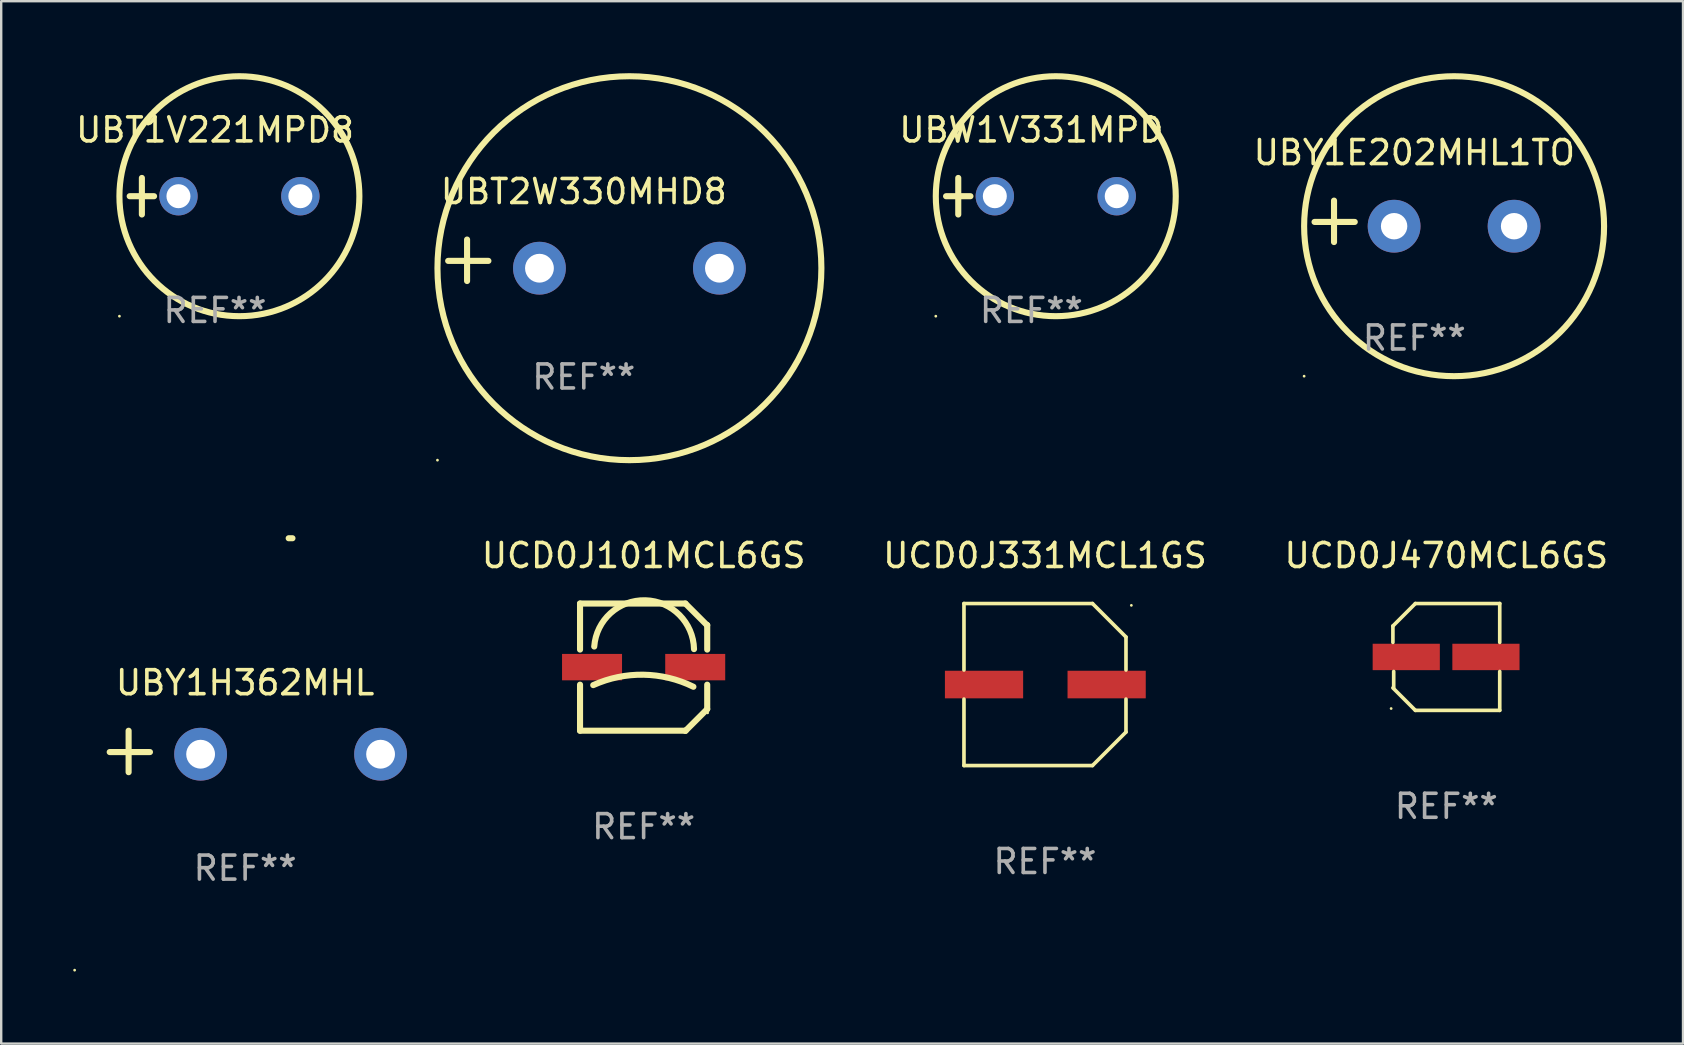
<source format=kicad_pcb>
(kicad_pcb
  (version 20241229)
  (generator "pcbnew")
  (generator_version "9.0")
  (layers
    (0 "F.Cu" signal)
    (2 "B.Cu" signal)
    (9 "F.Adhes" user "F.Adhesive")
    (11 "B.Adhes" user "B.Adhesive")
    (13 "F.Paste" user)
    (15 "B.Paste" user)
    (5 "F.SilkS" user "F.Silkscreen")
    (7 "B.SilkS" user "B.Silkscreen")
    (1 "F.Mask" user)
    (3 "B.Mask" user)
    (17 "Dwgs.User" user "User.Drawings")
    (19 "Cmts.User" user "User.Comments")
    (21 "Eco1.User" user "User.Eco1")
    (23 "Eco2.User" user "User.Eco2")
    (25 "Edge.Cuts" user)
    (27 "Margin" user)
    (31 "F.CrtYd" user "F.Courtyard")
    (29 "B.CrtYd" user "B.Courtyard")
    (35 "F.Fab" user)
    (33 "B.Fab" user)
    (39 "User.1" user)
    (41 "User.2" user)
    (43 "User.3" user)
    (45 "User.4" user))
  (footprint "UBT1V221MPD8"
    (layer "F.Cu")
    (at 5.911 5.127)
    (property "Reference" "UBT1V221MPD8" (at 0 -2.762 0) (layer "F.SilkS") (effects (font (size 1 1) (thickness 0.15))))
    (attr through_hole)
    (fp_line (start -3.556 0) (end -2.54 0) (stroke (width 0.254) (type solid)) (layer "F.SilkS"))
    (fp_line (start -3.048 -0.762) (end -3.048 0.762) (stroke (width 0.254) (type solid)) (layer "F.SilkS"))
    (fp_circle (center -3.984 5) (end -3.954 5) (stroke (width 0.06) (type solid)) (fill no) (layer "F.SilkS"))
    (fp_circle (center 1.016 0) (end 6.016 0) (stroke (width 0.254) (type solid)) (fill no) (layer "F.SilkS"))
    (fp_text user "REF**" (at 0 4.762 0) (layer "F.Fab") (effects (font (size 1 1) (thickness 0.15))))
    (pad "1" thru_hole circle (at -1.524 0) (size 1.6 1.6) (drill 1) (layers "*.Cu" "*.Mask"))
    (pad "2" thru_hole circle (at 3.556 0) (size 1.6 1.6) (drill 1) (layers "*.Cu" "*.Mask")))
  (footprint "UCD0J470MCL6GS"
    (layer "F.Cu")
    (at 57.225 24.328)
    (property "Reference" "UCD0J470MCL6GS" (at 0 -4.226 0) (layer "F.SilkS") (effects (font (size 1 1) (thickness 0.15))))
    (attr through_hole)
    (fp_line (start -2.226 -1.29) (end -2.226 -0.607) (stroke (width 0.152) (type solid)) (layer "F.SilkS"))
    (fp_line (start -2.193 1.29) (end -2.193 0.607) (stroke (width 0.152) (type solid)) (layer "F.SilkS"))
    (fp_line (start -1.29 2.226) (end -2.226 1.29) (stroke (width 0.152) (type solid)) (layer "F.SilkS"))
    (fp_line (start -1.29 -2.226) (end -2.226 -1.29) (stroke (width 0.152) (type solid)) (layer "F.SilkS"))
    (fp_line (start 2.226 -2.226) (end -1.29 -2.226) (stroke (width 0.152) (type solid)) (layer "F.SilkS"))
    (fp_line (start 2.226 -0.607) (end 2.226 -2.226) (stroke (width 0.152) (type solid)) (layer "F.SilkS"))
    (fp_line (start 2.226 0.607) (end 2.226 2.226) (stroke (width 0.152) (type solid)) (layer "F.SilkS"))
    (fp_line (start 2.226 2.226) (end -1.29 2.226) (stroke (width 0.152) (type solid)) (layer "F.SilkS"))
    (fp_circle (center -2.3 2.15) (end -2.27 2.15) (stroke (width 0.06) (type solid)) (fill no) (layer "F.SilkS"))
    (fp_text user "REF**" (at 0 6.226 0) (layer "F.Fab") (effects (font (size 1 1) (thickness 0.15))))
    (pad "1" smd rect (at -1.67 -0.000025) (size 2.8 1.1) (layers "F.Cu" "F.Mask" "F.Paste"))
    (pad "2" smd rect (at 1.651 -0.000025) (size 2.8 1.1) (layers "F.Cu" "F.Mask" "F.Paste")))
  (footprint "UBW1V331MPD"
    (layer "F.Cu")
    (at 39.933 5.127)
    (property "Reference" "UBW1V331MPD" (at 0 -2.762 0) (layer "F.SilkS") (effects (font (size 1 1) (thickness 0.15))))
    (attr through_hole)
    (fp_line (start -3.556 0) (end -2.54 0) (stroke (width 0.254) (type solid)) (layer "F.SilkS"))
    (fp_line (start -3.048 -0.762) (end -3.048 0.762) (stroke (width 0.254) (type solid)) (layer "F.SilkS"))
    (fp_circle (center -3.984 5) (end -3.954 5) (stroke (width 0.06) (type solid)) (fill no) (layer "F.SilkS"))
    (fp_circle (center 1.016 0) (end 6.016 0) (stroke (width 0.254) (type solid)) (fill no) (layer "F.SilkS"))
    (fp_text user "REF**" (at 0 4.762 0) (layer "F.Fab") (effects (font (size 1 1) (thickness 0.15))))
    (pad "1" thru_hole circle (at -1.524 0) (size 1.6 1.6) (drill 1) (layers "*.Cu" "*.Mask"))
    (pad "2" thru_hole circle (at 3.556 0) (size 1.6 1.6) (drill 1) (layers "*.Cu" "*.Mask")))
  (footprint "UBT2W330MHD8"
    (layer "F.Cu")
    (at 21.279 7.797)
    (property "Reference" "UBT2W330MHD8" (at 0 -2.864 0) (layer "F.SilkS") (effects (font (size 1 1) (thickness 0.15))))
    (attr through_hole)
    (fp_line (start -4.864 0.864) (end -4.864 -0.864) (stroke (width 0.254) (type solid)) (layer "F.SilkS"))
    (fp_line (start -3.975 0.025) (end -5.652 0.025) (stroke (width 0.254) (type solid)) (layer "F.SilkS"))
    (fp_circle (center -6.098 8.33) (end -6.068 8.33) (stroke (width 0.06) (type solid)) (fill no) (layer "F.SilkS"))
    (fp_circle (center 1.902 0.33) (end 9.902 0.33) (stroke (width 0.254) (type solid)) (fill no) (layer "F.SilkS"))
    (fp_text user "REF**" (at 0 4.864 0) (layer "F.Fab") (effects (font (size 1 1) (thickness 0.15))))
    (pad "1" thru_hole circle (at -1.848 0.33) (size 2.2 2.2) (drill 1.2) (layers "*.Cu" "*.Mask"))
    (pad "2" thru_hole circle (at 5.652 0.33) (size 2.2 2.2) (drill 1.2) (layers "*.Cu" "*.Mask")))
  (footprint "UBY1H362MHL"
    (layer "F.Cu")
    (at 7.166 28.267)
    (property "Reference" "UBY1H362MHL" (at 0 -2.864 0) (layer "F.SilkS") (effects (font (size 1 1) (thickness 0.15))))
    (attr through_hole)
    (fp_line (start -4.856 0.864) (end -4.856 -0.864) (stroke (width 0.254) (type solid)) (layer "F.SilkS"))
    (fp_line (start -3.967 0.025) (end -5.644 0.025) (stroke (width 0.254) (type solid)) (layer "F.SilkS"))
    (fp_arc (start 1.815024 -8.885649) (mid 1.893764 -8.88599) (end 1.972504 -8.885649) (stroke (width 0.254001) (type solid)) (layer "F.SilkS"))
    (fp_circle (center -7.106 9.114) (end -7.076 9.114) (stroke (width 0.06) (type solid)) (fill no) (layer "F.SilkS"))
    (fp_text user "REF**" (at 0 4.864 0) (layer "F.Fab") (effects (font (size 1 1) (thickness 0.15))))
    (pad "1" thru_hole circle (at -1.856 0.114) (size 2.2 2.2) (drill 1.2) (layers "*.Cu" "*.Mask"))
    (pad "2" thru_hole circle (at 5.644 0.114) (size 2.2 2.2) (drill 1.2) (layers "*.Cu" "*.Mask")))
  (footprint "UCD0J331MCL1GS"
    (layer "F.Cu")
    (at 40.499 25.478)
    (property "Reference" "UCD0J331MCL1GS" (at 0 -5.376 0) (layer "F.SilkS") (effects (font (size 1 1) (thickness 0.15))))
    (attr through_hole)
    (fp_line (start -3.376 -3.376) (end 1.98 -3.376) (stroke (width 0.152) (type solid)) (layer "F.SilkS"))
    (fp_line (start -3.376 -0.607) (end -3.376 -3.376) (stroke (width 0.152) (type solid)) (layer "F.SilkS"))
    (fp_line (start -3.376 0.607) (end -3.376 3.376) (stroke (width 0.152) (type solid)) (layer "F.SilkS"))
    (fp_line (start -3.376 3.376) (end 1.98 3.376) (stroke (width 0.152) (type solid)) (layer "F.SilkS"))
    (fp_line (start 1.98 -3.376) (end 3.376 -1.98) (stroke (width 0.152) (type solid)) (layer "F.SilkS"))
    (fp_line (start 1.98 3.376) (end 3.376 1.98) (stroke (width 0.152) (type solid)) (layer "F.SilkS"))
    (fp_line (start 3.376 -1.98) (end 3.376 -0.607) (stroke (width 0.152) (type solid)) (layer "F.SilkS"))
    (fp_line (start 3.376 1.98) (end 3.376 0.607) (stroke (width 0.152) (type solid)) (layer "F.SilkS"))
    (fp_circle (center 3.6 -3.3) (end 3.63 -3.3) (stroke (width 0.06) (type solid)) (fill no) (layer "F.SilkS"))
    (fp_text user "REF**" (at 0 7.376 0) (layer "F.Fab") (effects (font (size 1 1) (thickness 0.15))))
    (pad "1" smd rect (at 2.57 0 180) (size 3.26 1.15) (layers "F.Cu" "F.Mask" "F.Paste"))
    (pad "2" smd rect (at -2.54 0 180) (size 3.26 1.15) (layers "F.Cu" "F.Mask" "F.Paste")))
  (footprint "UBY1E202MHL1TO"
    (layer "F.Cu")
    (at 55.891 6.174)
    (property "Reference" "UBY1E202MHL1TO" (at 0 -2.864 0) (layer "F.SilkS") (effects (font (size 1 1) (thickness 0.15))))
    (attr through_hole)
    (fp_line (start -3.346 0.864) (end -3.346 -0.864) (stroke (width 0.254) (type solid)) (layer "F.SilkS"))
    (fp_line (start -2.482 0.025) (end -4.158 0.025) (stroke (width 0.254) (type solid)) (layer "F.SilkS"))
    (fp_circle (center -4.592 6.453) (end -4.562 6.453) (stroke (width 0.06) (type solid)) (fill no) (layer "F.SilkS"))
    (fp_circle (center 1.658 0.203) (end 7.908 0.203) (stroke (width 0.254) (type solid)) (fill no) (layer "F.SilkS"))
    (fp_text user "REF**" (at 0 4.864 0) (layer "F.Fab") (effects (font (size 1 1) (thickness 0.15))))
    (pad "1" thru_hole circle (at -0.842 0.203) (size 2.2 2.2) (drill 1.1) (layers "*.Cu" "*.Mask"))
    (pad "2" thru_hole circle (at 4.158 0.203) (size 2.2 2.2) (drill 1.1) (layers "*.Cu" "*.Mask")))
  (footprint "UCD0J101MCL6GS"
    (layer "F.Cu")
    (at 23.773 24.752)
    (property "Reference" "UCD0J101MCL6GS" (at 0 -4.65 0) (layer "F.SilkS") (effects (font (size 1 1) (thickness 0.15))))
    (attr through_hole)
    (fp_line (start -2.65 -2.65) (end 1.74 -2.65) (stroke (width 0.254) (type solid)) (layer "F.SilkS"))
    (fp_line (start -2.65 -0.731) (end -2.65 -2.65) (stroke (width 0.254) (type solid)) (layer "F.SilkS"))
    (fp_line (start -2.65 2.65) (end -2.65 0.731) (stroke (width 0.254) (type solid)) (layer "F.SilkS"))
    (fp_line (start -2.65 2.65) (end 1.73 2.65) (stroke (width 0.254) (type solid)) (layer "F.SilkS"))
    (fp_line (start 1.73 2.65) (end 1.75 2.65) (stroke (width 0.254) (type solid)) (layer "F.SilkS"))
    (fp_line (start 1.75 2.65) (end 2.65 1.75) (stroke (width 0.254) (type solid)) (layer "F.SilkS"))
    (fp_line (start 2.64 -1.75) (end 1.74 -2.65) (stroke (width 0.254) (type solid)) (layer "F.SilkS"))
    (fp_line (start 2.65 -1.75) (end 2.64 -1.75) (stroke (width 0.254) (type solid)) (layer "F.SilkS"))
    (fp_line (start 2.65 -0.731) (end 2.65 -1.75) (stroke (width 0.254) (type solid)) (layer "F.SilkS"))
    (fp_line (start 2.65 1.75) (end 2.65 0.731) (stroke (width 0.254) (type solid)) (layer "F.SilkS"))
    (fp_arc (start -2.1 0.749886) (mid -0.005214 0.316693) (end 2.074168 0.818644) (stroke (width 0.254001) (type solid)) (layer "F.SilkS"))
    (fp_arc (start -2.058369 -0.857759) (mid 0.072137 -2.78601) (end 2.1 -0.750089) (stroke (width 0.254001) (type solid)) (layer "F.SilkS"))
    (fp_circle (center 2.667 1.905) (end 2.697 1.905) (stroke (width 0.06) (type solid)) (fill no) (layer "F.SilkS"))
    (fp_text user "REF**" (at 0 6.65 0) (layer "F.Fab") (effects (font (size 1 1) (thickness 0.15))))
    (pad "1" smd rect (at 2.15 0) (size 2.5 1.1) (layers "F.Cu" "F.Mask" "F.Paste"))
    (pad "2" smd rect (at -2.15 0) (size 2.5 1.1) (layers "F.Cu" "F.Mask" "F.Paste")))
  (gr_rect
    (start -3 -3)
    (end 67.089 40.441)
    (stroke (width 0.1) (type default))
    (fill no)
    (layer "Edge.Cuts")))
</source>
